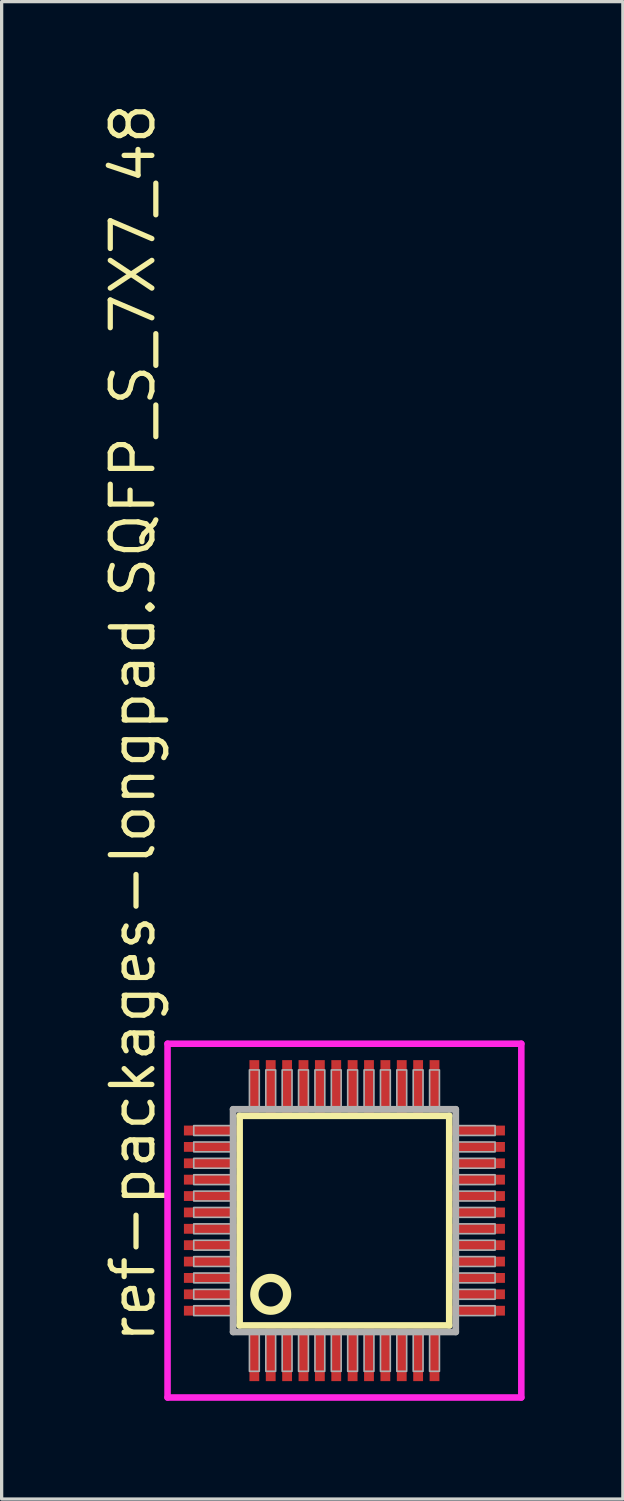
<source format=kicad_pcb>
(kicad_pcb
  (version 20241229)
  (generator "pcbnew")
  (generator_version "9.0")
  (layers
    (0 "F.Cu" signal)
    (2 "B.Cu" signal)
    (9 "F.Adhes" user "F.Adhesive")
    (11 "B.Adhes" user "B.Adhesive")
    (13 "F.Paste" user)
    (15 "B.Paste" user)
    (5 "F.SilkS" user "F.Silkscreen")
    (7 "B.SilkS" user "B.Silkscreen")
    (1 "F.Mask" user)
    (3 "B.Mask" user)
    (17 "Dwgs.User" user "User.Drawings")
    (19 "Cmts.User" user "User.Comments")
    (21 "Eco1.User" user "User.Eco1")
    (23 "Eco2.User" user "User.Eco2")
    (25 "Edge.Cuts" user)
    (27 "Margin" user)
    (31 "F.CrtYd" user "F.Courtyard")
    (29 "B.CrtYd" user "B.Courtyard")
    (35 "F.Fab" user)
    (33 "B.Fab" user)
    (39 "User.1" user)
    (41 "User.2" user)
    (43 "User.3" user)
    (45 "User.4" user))
  (footprint "ref-packages-longpad.SQFP_S_7X7_48"
    (layer "F.Cu")
    (at 7.465 34.214)
    (property "Reference" "ref-packages-longpad.SQFP_S_7X7_48" (at -5.715 3.81 90) (layer "F.SilkS") (effects (font (size 1.27 1.27) (thickness 0.16)) (justify left bottom)))
    (attr smd)
    (fp_line (start -3.2 -3.2) (end 3.2 -3.2) (stroke (width 0.203) (type default)) (layer "F.SilkS"))
    (fp_line (start -3.2 3.2) (end -3.2 -3.2) (stroke (width 0.203) (type default)) (layer "F.SilkS"))
    (fp_line (start 3.2 -3.2) (end 3.2 3.2) (stroke (width 0.203) (type default)) (layer "F.SilkS"))
    (fp_line (start 3.2 3.2) (end -3.2 3.2) (stroke (width 0.203) (type default)) (layer "F.SilkS"))
    (fp_circle (center -2.25 2.25) (end -1.75 2.25) (stroke (width 0.254) (type default)) (fill no) (layer "F.SilkS"))
    (fp_line (start -5.4 -5.4) (end 5.4 -5.4) (stroke (width 0.2) (type default)) (layer "F.CrtYd"))
    (fp_line (start -5.4 5.4) (end -5.4 -5.4) (stroke (width 0.2) (type default)) (layer "F.CrtYd"))
    (fp_line (start 5.4 -5.4) (end 5.4 5.4) (stroke (width 0.2) (type default)) (layer "F.CrtYd"))
    (fp_line (start 5.4 5.4) (end -5.4 5.4) (stroke (width 0.2) (type default)) (layer "F.CrtYd"))
    (fp_line (start -3.4 -3.4) (end -3.4 3.4) (stroke (width 0.203) (type default)) (layer "F.Fab"))
    (fp_line (start -3.4 3.4) (end 3.4 3.4) (stroke (width 0.203) (type default)) (layer "F.Fab"))
    (fp_line (start 3.4 -3.4) (end -3.4 -3.4) (stroke (width 0.203) (type default)) (layer "F.Fab"))
    (fp_line (start 3.4 3.4) (end 3.4 -3.4) (stroke (width 0.203) (type default)) (layer "F.Fab"))
    (fp_rect (start -4.6 -2.6) (end -3.45 -2.9) (stroke (width 0.05) (type default)) (fill no) (layer "F.Fab"))
    (fp_rect (start -4.6 -2.1) (end -3.45 -2.4) (stroke (width 0.05) (type default)) (fill no) (layer "F.Fab"))
    (fp_rect (start -4.6 -1.6) (end -3.45 -1.9) (stroke (width 0.05) (type default)) (fill no) (layer "F.Fab"))
    (fp_rect (start -4.6 -1.1) (end -3.45 -1.4) (stroke (width 0.05) (type default)) (fill no) (layer "F.Fab"))
    (fp_rect (start -4.6 -0.6) (end -3.45 -0.9) (stroke (width 0.05) (type default)) (fill no) (layer "F.Fab"))
    (fp_rect (start -4.6 -0.1) (end -3.45 -0.4) (stroke (width 0.05) (type default)) (fill no) (layer "F.Fab"))
    (fp_rect (start -4.6 0.4) (end -3.45 0.1) (stroke (width 0.05) (type default)) (fill no) (layer "F.Fab"))
    (fp_rect (start -4.6 0.9) (end -3.45 0.6) (stroke (width 0.05) (type default)) (fill no) (layer "F.Fab"))
    (fp_rect (start -4.6 1.4) (end -3.45 1.1) (stroke (width 0.05) (type default)) (fill no) (layer "F.Fab"))
    (fp_rect (start -4.6 1.9) (end -3.45 1.6) (stroke (width 0.05) (type default)) (fill no) (layer "F.Fab"))
    (fp_rect (start -4.6 2.4) (end -3.45 2.1) (stroke (width 0.05) (type default)) (fill no) (layer "F.Fab"))
    (fp_rect (start -4.6 2.9) (end -3.45 2.6) (stroke (width 0.05) (type default)) (fill no) (layer "F.Fab"))
    (fp_rect (start -2.9 -3.45) (end -2.6 -4.6) (stroke (width 0.05) (type default)) (fill no) (layer "F.Fab"))
    (fp_rect (start -2.9 4.6) (end -2.6 3.45) (stroke (width 0.05) (type default)) (fill no) (layer "F.Fab"))
    (fp_rect (start -2.4 -3.45) (end -2.1 -4.6) (stroke (width 0.05) (type default)) (fill no) (layer "F.Fab"))
    (fp_rect (start -2.4 4.6) (end -2.1 3.45) (stroke (width 0.05) (type default)) (fill no) (layer "F.Fab"))
    (fp_rect (start -1.9 -3.45) (end -1.6 -4.6) (stroke (width 0.05) (type default)) (fill no) (layer "F.Fab"))
    (fp_rect (start -1.9 4.6) (end -1.6 3.45) (stroke (width 0.05) (type default)) (fill no) (layer "F.Fab"))
    (fp_rect (start -1.4 -3.45) (end -1.1 -4.6) (stroke (width 0.05) (type default)) (fill no) (layer "F.Fab"))
    (fp_rect (start -1.4 4.6) (end -1.1 3.45) (stroke (width 0.05) (type default)) (fill no) (layer "F.Fab"))
    (fp_rect (start -0.9 -3.45) (end -0.6 -4.6) (stroke (width 0.05) (type default)) (fill no) (layer "F.Fab"))
    (fp_rect (start -0.9 4.6) (end -0.6 3.45) (stroke (width 0.05) (type default)) (fill no) (layer "F.Fab"))
    (fp_rect (start -0.4 -3.45) (end -0.1 -4.6) (stroke (width 0.05) (type default)) (fill no) (layer "F.Fab"))
    (fp_rect (start -0.4 4.6) (end -0.1 3.45) (stroke (width 0.05) (type default)) (fill no) (layer "F.Fab"))
    (fp_rect (start 0.1 -3.45) (end 0.4 -4.6) (stroke (width 0.05) (type default)) (fill no) (layer "F.Fab"))
    (fp_rect (start 0.1 4.6) (end 0.4 3.45) (stroke (width 0.05) (type default)) (fill no) (layer "F.Fab"))
    (fp_rect (start 0.6 -3.45) (end 0.9 -4.6) (stroke (width 0.05) (type default)) (fill no) (layer "F.Fab"))
    (fp_rect (start 0.6 4.6) (end 0.9 3.45) (stroke (width 0.05) (type default)) (fill no) (layer "F.Fab"))
    (fp_rect (start 1.1 -3.45) (end 1.4 -4.6) (stroke (width 0.05) (type default)) (fill no) (layer "F.Fab"))
    (fp_rect (start 1.1 4.6) (end 1.4 3.45) (stroke (width 0.05) (type default)) (fill no) (layer "F.Fab"))
    (fp_rect (start 1.6 -3.45) (end 1.9 -4.6) (stroke (width 0.05) (type default)) (fill no) (layer "F.Fab"))
    (fp_rect (start 1.6 4.6) (end 1.9 3.45) (stroke (width 0.05) (type default)) (fill no) (layer "F.Fab"))
    (fp_rect (start 2.1 -3.45) (end 2.4 -4.6) (stroke (width 0.05) (type default)) (fill no) (layer "F.Fab"))
    (fp_rect (start 2.1 4.6) (end 2.4 3.45) (stroke (width 0.05) (type default)) (fill no) (layer "F.Fab"))
    (fp_rect (start 2.6 -3.45) (end 2.9 -4.6) (stroke (width 0.05) (type default)) (fill no) (layer "F.Fab"))
    (fp_rect (start 2.6 4.6) (end 2.9 3.45) (stroke (width 0.05) (type default)) (fill no) (layer "F.Fab"))
    (fp_rect (start 3.45 -2.6) (end 4.6 -2.9) (stroke (width 0.05) (type default)) (fill no) (layer "F.Fab"))
    (fp_rect (start 3.45 -2.1) (end 4.6 -2.4) (stroke (width 0.05) (type default)) (fill no) (layer "F.Fab"))
    (fp_rect (start 3.45 -1.6) (end 4.6 -1.9) (stroke (width 0.05) (type default)) (fill no) (layer "F.Fab"))
    (fp_rect (start 3.45 -1.1) (end 4.6 -1.4) (stroke (width 0.05) (type default)) (fill no) (layer "F.Fab"))
    (fp_rect (start 3.45 -0.6) (end 4.6 -0.9) (stroke (width 0.05) (type default)) (fill no) (layer "F.Fab"))
    (fp_rect (start 3.45 -0.1) (end 4.6 -0.4) (stroke (width 0.05) (type default)) (fill no) (layer "F.Fab"))
    (fp_rect (start 3.45 0.4) (end 4.6 0.1) (stroke (width 0.05) (type default)) (fill no) (layer "F.Fab"))
    (fp_rect (start 3.45 0.9) (end 4.6 0.6) (stroke (width 0.05) (type default)) (fill no) (layer "F.Fab"))
    (fp_rect (start 3.45 1.4) (end 4.6 1.1) (stroke (width 0.05) (type default)) (fill no) (layer "F.Fab"))
    (fp_rect (start 3.45 1.9) (end 4.6 1.6) (stroke (width 0.05) (type default)) (fill no) (layer "F.Fab"))
    (fp_rect (start 3.45 2.4) (end 4.6 2.1) (stroke (width 0.05) (type default)) (fill no) (layer "F.Fab"))
    (fp_rect (start 3.45 2.9) (end 4.6 2.6) (stroke (width 0.05) (type default)) (fill no) (layer "F.Fab"))
    (pad "1" smd roundrect (at -2.75 4.1) (size 0.3 1.6) (layers "F.Cu" "F.Mask" "F.Paste") (roundrect_rratio 0.01))
    (pad "2" smd roundrect (at -2.25 4.1) (size 0.3 1.6) (layers "F.Cu" "F.Mask" "F.Paste") (roundrect_rratio 0.01))
    (pad "3" smd roundrect (at -1.75 4.1) (size 0.3 1.6) (layers "F.Cu" "F.Mask" "F.Paste") (roundrect_rratio 0.01))
    (pad "4" smd roundrect (at -1.25 4.1) (size 0.3 1.6) (layers "F.Cu" "F.Mask" "F.Paste") (roundrect_rratio 0.01))
    (pad "5" smd roundrect (at -0.75 4.1) (size 0.3 1.6) (layers "F.Cu" "F.Mask" "F.Paste") (roundrect_rratio 0.01))
    (pad "6" smd roundrect (at -0.25 4.1) (size 0.3 1.6) (layers "F.Cu" "F.Mask" "F.Paste") (roundrect_rratio 0.01))
    (pad "7" smd roundrect (at 0.25 4.1) (size 0.3 1.6) (layers "F.Cu" "F.Mask" "F.Paste") (roundrect_rratio 0.01))
    (pad "8" smd roundrect (at 0.75 4.1) (size 0.3 1.6) (layers "F.Cu" "F.Mask" "F.Paste") (roundrect_rratio 0.01))
    (pad "9" smd roundrect (at 1.25 4.1) (size 0.3 1.6) (layers "F.Cu" "F.Mask" "F.Paste") (roundrect_rratio 0.01))
    (pad "10" smd roundrect (at 1.75 4.1) (size 0.3 1.6) (layers "F.Cu" "F.Mask" "F.Paste") (roundrect_rratio 0.01))
    (pad "11" smd roundrect (at 2.25 4.1) (size 0.3 1.6) (layers "F.Cu" "F.Mask" "F.Paste") (roundrect_rratio 0.01))
    (pad "12" smd roundrect (at 2.75 4.1) (size 0.3 1.6) (layers "F.Cu" "F.Mask" "F.Paste") (roundrect_rratio 0.01))
    (pad "13" smd roundrect (at 4.1 2.75) (size 1.6 0.3) (layers "F.Cu" "F.Mask" "F.Paste") (roundrect_rratio 0.01))
    (pad "14" smd roundrect (at 4.1 2.25) (size 1.6 0.3) (layers "F.Cu" "F.Mask" "F.Paste") (roundrect_rratio 0.01))
    (pad "15" smd roundrect (at 4.1 1.75) (size 1.6 0.3) (layers "F.Cu" "F.Mask" "F.Paste") (roundrect_rratio 0.01))
    (pad "16" smd roundrect (at 4.1 1.25) (size 1.6 0.3) (layers "F.Cu" "F.Mask" "F.Paste") (roundrect_rratio 0.01))
    (pad "17" smd roundrect (at 4.1 0.75) (size 1.6 0.3) (layers "F.Cu" "F.Mask" "F.Paste") (roundrect_rratio 0.01))
    (pad "18" smd roundrect (at 4.1 0.25) (size 1.6 0.3) (layers "F.Cu" "F.Mask" "F.Paste") (roundrect_rratio 0.01))
    (pad "19" smd roundrect (at 4.1 -0.25) (size 1.6 0.3) (layers "F.Cu" "F.Mask" "F.Paste") (roundrect_rratio 0.01))
    (pad "20" smd roundrect (at 4.1 -0.75) (size 1.6 0.3) (layers "F.Cu" "F.Mask" "F.Paste") (roundrect_rratio 0.01))
    (pad "21" smd roundrect (at 4.1 -1.25) (size 1.6 0.3) (layers "F.Cu" "F.Mask" "F.Paste") (roundrect_rratio 0.01))
    (pad "22" smd roundrect (at 4.1 -1.75) (size 1.6 0.3) (layers "F.Cu" "F.Mask" "F.Paste") (roundrect_rratio 0.01))
    (pad "23" smd roundrect (at 4.1 -2.25) (size 1.6 0.3) (layers "F.Cu" "F.Mask" "F.Paste") (roundrect_rratio 0.01))
    (pad "24" smd roundrect (at 4.1 -2.75) (size 1.6 0.3) (layers "F.Cu" "F.Mask" "F.Paste") (roundrect_rratio 0.01))
    (pad "25" smd roundrect (at 2.75 -4.1) (size 0.3 1.6) (layers "F.Cu" "F.Mask" "F.Paste") (roundrect_rratio 0.01))
    (pad "26" smd roundrect (at 2.25 -4.1) (size 0.3 1.6) (layers "F.Cu" "F.Mask" "F.Paste") (roundrect_rratio 0.01))
    (pad "27" smd roundrect (at 1.75 -4.1) (size 0.3 1.6) (layers "F.Cu" "F.Mask" "F.Paste") (roundrect_rratio 0.01))
    (pad "28" smd roundrect (at 1.25 -4.1) (size 0.3 1.6) (layers "F.Cu" "F.Mask" "F.Paste") (roundrect_rratio 0.01))
    (pad "29" smd roundrect (at 0.75 -4.1) (size 0.3 1.6) (layers "F.Cu" "F.Mask" "F.Paste") (roundrect_rratio 0.01))
    (pad "30" smd roundrect (at 0.25 -4.1) (size 0.3 1.6) (layers "F.Cu" "F.Mask" "F.Paste") (roundrect_rratio 0.01))
    (pad "31" smd roundrect (at -0.25 -4.1) (size 0.3 1.6) (layers "F.Cu" "F.Mask" "F.Paste") (roundrect_rratio 0.01))
    (pad "32" smd roundrect (at -0.75 -4.1) (size 0.3 1.6) (layers "F.Cu" "F.Mask" "F.Paste") (roundrect_rratio 0.01))
    (pad "33" smd roundrect (at -1.25 -4.1) (size 0.3 1.6) (layers "F.Cu" "F.Mask" "F.Paste") (roundrect_rratio 0.01))
    (pad "34" smd roundrect (at -1.75 -4.1) (size 0.3 1.6) (layers "F.Cu" "F.Mask" "F.Paste") (roundrect_rratio 0.01))
    (pad "35" smd roundrect (at -2.25 -4.1) (size 0.3 1.6) (layers "F.Cu" "F.Mask" "F.Paste") (roundrect_rratio 0.01))
    (pad "36" smd roundrect (at -2.75 -4.1) (size 0.3 1.6) (layers "F.Cu" "F.Mask" "F.Paste") (roundrect_rratio 0.01))
    (pad "37" smd roundrect (at -4.1 -2.75) (size 1.6 0.3) (layers "F.Cu" "F.Mask" "F.Paste") (roundrect_rratio 0.01))
    (pad "38" smd roundrect (at -4.1 -2.25) (size 1.6 0.3) (layers "F.Cu" "F.Mask" "F.Paste") (roundrect_rratio 0.01))
    (pad "39" smd roundrect (at -4.1 -1.75) (size 1.6 0.3) (layers "F.Cu" "F.Mask" "F.Paste") (roundrect_rratio 0.01))
    (pad "40" smd roundrect (at -4.1 -1.25) (size 1.6 0.3) (layers "F.Cu" "F.Mask" "F.Paste") (roundrect_rratio 0.01))
    (pad "41" smd roundrect (at -4.1 -0.75) (size 1.6 0.3) (layers "F.Cu" "F.Mask" "F.Paste") (roundrect_rratio 0.01))
    (pad "42" smd roundrect (at -4.1 -0.25) (size 1.6 0.3) (layers "F.Cu" "F.Mask" "F.Paste") (roundrect_rratio 0.01))
    (pad "43" smd roundrect (at -4.1 0.25) (size 1.6 0.3) (layers "F.Cu" "F.Mask" "F.Paste") (roundrect_rratio 0.01))
    (pad "44" smd roundrect (at -4.1 0.75) (size 1.6 0.3) (layers "F.Cu" "F.Mask" "F.Paste") (roundrect_rratio 0.01))
    (pad "45" smd roundrect (at -4.1 1.25) (size 1.6 0.3) (layers "F.Cu" "F.Mask" "F.Paste") (roundrect_rratio 0.01))
    (pad "46" smd roundrect (at -4.1 1.75) (size 1.6 0.3) (layers "F.Cu" "F.Mask" "F.Paste") (roundrect_rratio 0.01))
    (pad "47" smd roundrect (at -4.1 2.25) (size 1.6 0.3) (layers "F.Cu" "F.Mask" "F.Paste") (roundrect_rratio 0.01))
    (pad "48" smd roundrect (at -4.1 2.75) (size 1.6 0.3) (layers "F.Cu" "F.Mask" "F.Paste") (roundrect_rratio 0.01)))
  (gr_rect
    (start -3 -3)
    (end 15.965 42.714)
    (stroke (width 0.1) (type default))
    (fill no)
    (layer "Edge.Cuts")))
</source>
